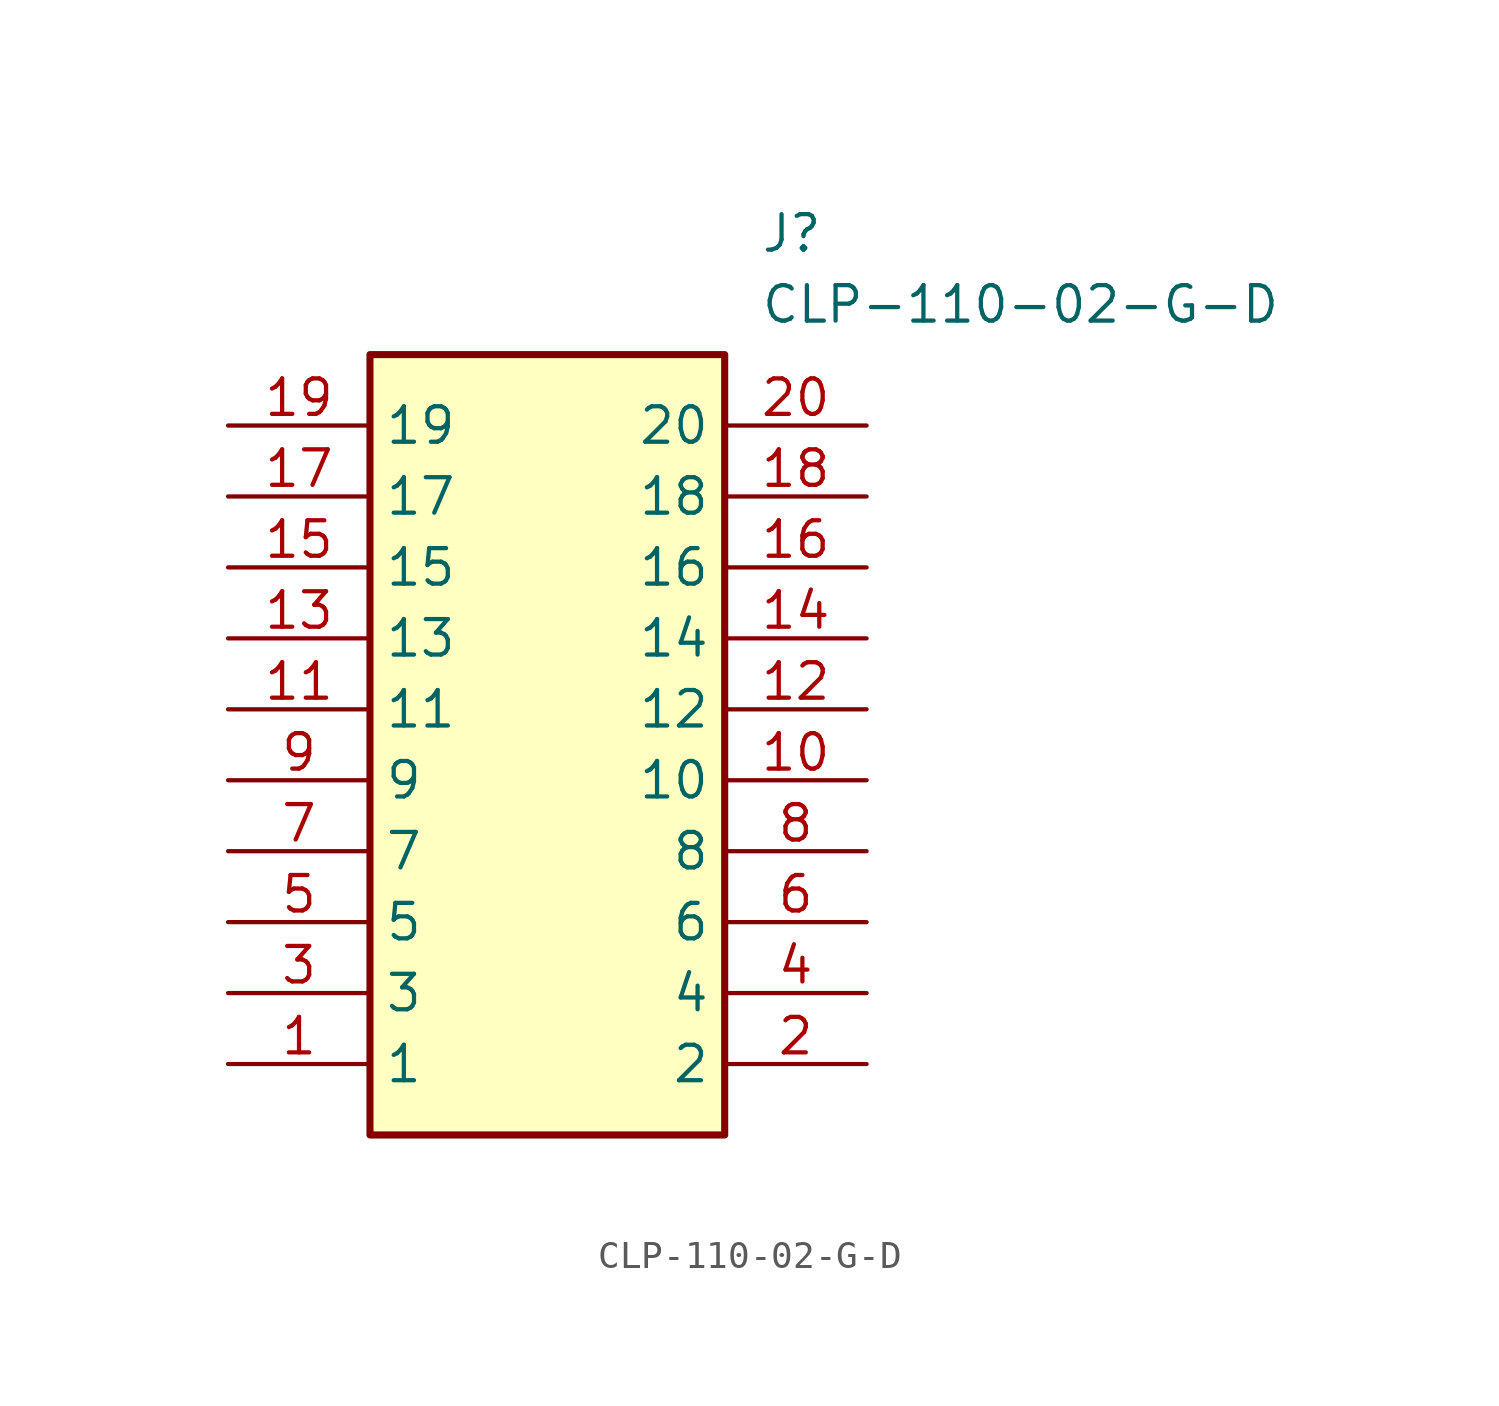
<source format=kicad_sym>
(kicad_symbol_lib
  (version 20211014)
  (generator SamacSys_ECAD_Model)
  (symbol "CLP-110-02-G-D"
    (property "Reference" "J"
      (at 19.05 7.62 0)
      (effects (font (size 1.27 1.27)) (justify left top)))
    (property "Value" "CLP-110-02-G-D"
      (at 19.05 5.08 0)
      (effects (font (size 1.27 1.27)) (justify left top)))
    (rectangle
      (start 5.08 2.54)
      (end 17.78 -25.4)
      (stroke (width 0.254) (type default))
      (fill (type background)))
    (pin passive line
      (at 0 -22.86 0)
      (length 5.08)
      (name "1" (effects (font (size 1.27 1.27))))
      (number "1" (effects (font (size 1.27 1.27)))))
    (pin passive line
      (at 22.86 -22.86 180)
      (length 5.08)
      (name "2" (effects (font (size 1.27 1.27))))
      (number "2" (effects (font (size 1.27 1.27)))))
    (pin passive line
      (at 0 -20.32 0)
      (length 5.08)
      (name "3" (effects (font (size 1.27 1.27))))
      (number "3" (effects (font (size 1.27 1.27)))))
    (pin passive line
      (at 22.86 -20.32 180)
      (length 5.08)
      (name "4" (effects (font (size 1.27 1.27))))
      (number "4" (effects (font (size 1.27 1.27)))))
    (pin passive line
      (at 0 -17.78 0)
      (length 5.08)
      (name "5" (effects (font (size 1.27 1.27))))
      (number "5" (effects (font (size 1.27 1.27)))))
    (pin passive line
      (at 22.86 -17.78 180)
      (length 5.08)
      (name "6" (effects (font (size 1.27 1.27))))
      (number "6" (effects (font (size 1.27 1.27)))))
    (pin passive line
      (at 0 -15.24 0)
      (length 5.08)
      (name "7" (effects (font (size 1.27 1.27))))
      (number "7" (effects (font (size 1.27 1.27)))))
    (pin passive line
      (at 22.86 -15.24 180)
      (length 5.08)
      (name "8" (effects (font (size 1.27 1.27))))
      (number "8" (effects (font (size 1.27 1.27)))))
    (pin passive line
      (at 0 -12.7 0)
      (length 5.08)
      (name "9" (effects (font (size 1.27 1.27))))
      (number "9" (effects (font (size 1.27 1.27)))))
    (pin passive line
      (at 22.86 -12.7 180)
      (length 5.08)
      (name "10" (effects (font (size 1.27 1.27))))
      (number "10" (effects (font (size 1.27 1.27)))))
    (pin passive line
      (at 0 -10.16 0)
      (length 5.08)
      (name "11" (effects (font (size 1.27 1.27))))
      (number "11" (effects (font (size 1.27 1.27)))))
    (pin passive line
      (at 22.86 -10.16 180)
      (length 5.08)
      (name "12" (effects (font (size 1.27 1.27))))
      (number "12" (effects (font (size 1.27 1.27)))))
    (pin passive line
      (at 0 -7.62 0)
      (length 5.08)
      (name "13" (effects (font (size 1.27 1.27))))
      (number "13" (effects (font (size 1.27 1.27)))))
    (pin passive line
      (at 22.86 -7.62 180)
      (length 5.08)
      (name "14" (effects (font (size 1.27 1.27))))
      (number "14" (effects (font (size 1.27 1.27)))))
    (pin passive line
      (at 0 -5.08 0)
      (length 5.08)
      (name "15" (effects (font (size 1.27 1.27))))
      (number "15" (effects (font (size 1.27 1.27)))))
    (pin passive line
      (at 22.86 -5.08 180)
      (length 5.08)
      (name "16" (effects (font (size 1.27 1.27))))
      (number "16" (effects (font (size 1.27 1.27)))))
    (pin passive line
      (at 0 -2.54 0)
      (length 5.08)
      (name "17" (effects (font (size 1.27 1.27))))
      (number "17" (effects (font (size 1.27 1.27)))))
    (pin passive line
      (at 22.86 -2.54 180)
      (length 5.08)
      (name "18" (effects (font (size 1.27 1.27))))
      (number "18" (effects (font (size 1.27 1.27)))))
    (pin passive line
      (at 0 0 0)
      (length 5.08)
      (name "19" (effects (font (size 1.27 1.27))))
      (number "19" (effects (font (size 1.27 1.27)))))
    (pin passive line
      (at 22.86 0 180)
      (length 5.08)
      (name "20" (effects (font (size 1.27 1.27))))
      (number "20" (effects (font (size 1.27 1.27)))))))
</source>
